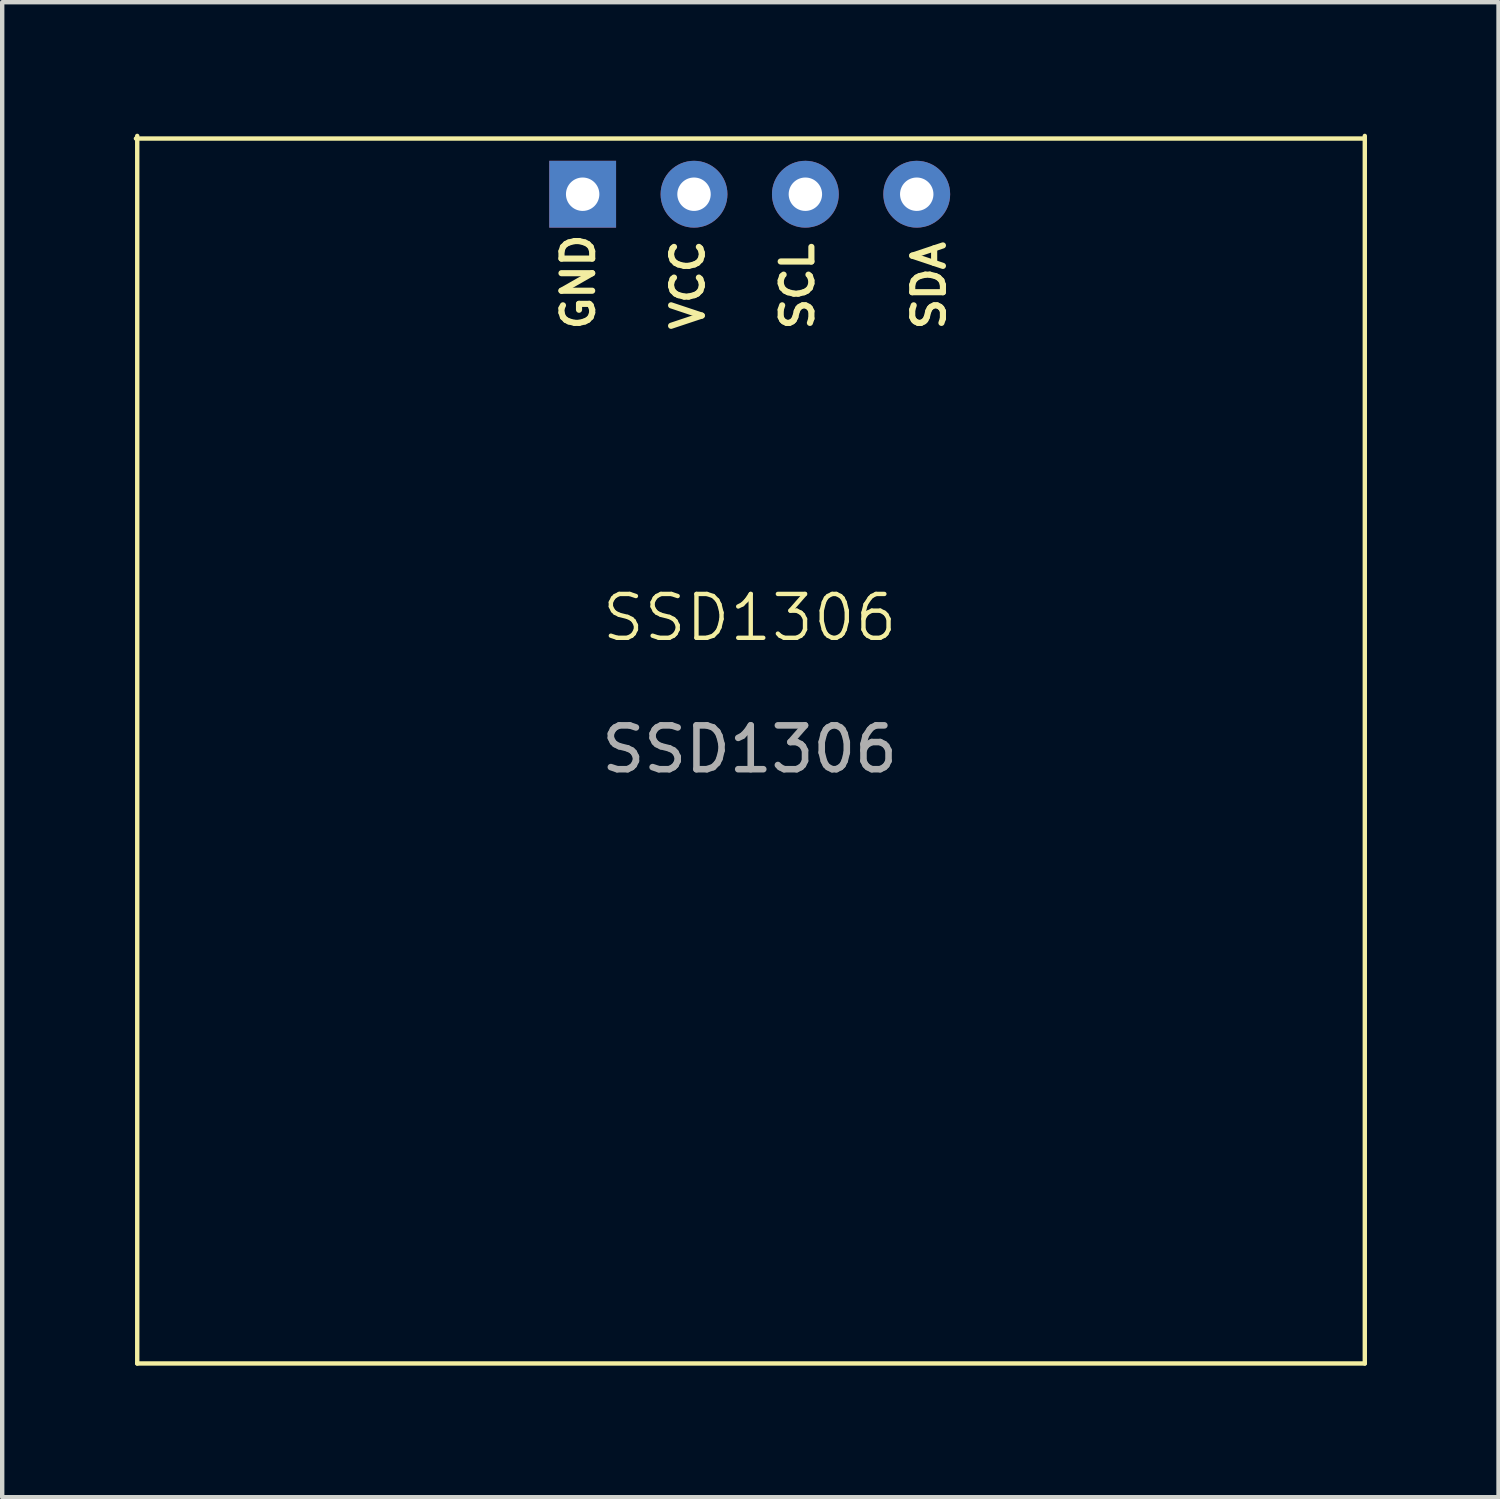
<source format=kicad_pcb>
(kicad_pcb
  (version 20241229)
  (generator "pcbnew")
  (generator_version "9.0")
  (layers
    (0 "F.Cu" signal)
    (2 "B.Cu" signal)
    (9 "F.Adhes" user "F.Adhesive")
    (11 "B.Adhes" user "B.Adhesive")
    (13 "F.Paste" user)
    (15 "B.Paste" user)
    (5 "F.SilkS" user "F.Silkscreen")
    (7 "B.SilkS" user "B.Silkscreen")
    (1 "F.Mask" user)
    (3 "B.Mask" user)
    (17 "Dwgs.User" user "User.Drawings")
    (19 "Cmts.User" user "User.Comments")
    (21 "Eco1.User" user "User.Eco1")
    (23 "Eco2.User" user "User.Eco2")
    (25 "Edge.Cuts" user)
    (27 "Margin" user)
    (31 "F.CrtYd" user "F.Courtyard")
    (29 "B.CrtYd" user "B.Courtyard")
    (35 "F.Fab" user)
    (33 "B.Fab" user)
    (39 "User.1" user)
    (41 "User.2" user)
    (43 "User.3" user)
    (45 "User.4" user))
  (footprint "SSD1306"
    (layer "F.Cu")
    (at 14.05 11.54)
    (property "Reference" "SSD1306" (at 0 -0.5 0) (unlocked yes) (layer "F.SilkS") (effects (font (size 1 1) (thickness 0.1))))
    (attr through_hole)
    (fp_line (start -14 -11.43) (end 14 -11.43) (stroke (width 0.1) (type default)) (layer "F.SilkS"))
    (fp_line (start -13.97 16.51) (end -13.97 -11.49) (stroke (width 0.1) (type default)) (layer "F.SilkS"))
    (fp_line (start 14.03 -11.49) (end 14.03 16.51) (stroke (width 0.1) (type default)) (layer "F.SilkS"))
    (fp_line (start 14.03 16.51) (end -13.97 16.51) (stroke (width 0.1) (type default)) (layer "F.SilkS"))
    (fp_text user "SCL" (at 1.5 -7 90) (unlocked yes) (layer "F.SilkS") (effects (font (size 0.7 0.7) (thickness 0.14) (bold yes)) (justify left bottom)))
    (fp_text user "SDA" (at 4.5 -7 90) (unlocked yes) (layer "F.SilkS") (effects (font (size 0.7 0.7) (thickness 0.14) (bold yes)) (justify left bottom)))
    (fp_text user "VCC" (at -1 -7 90) (unlocked yes) (layer "F.SilkS") (effects (font (size 0.7 0.7) (thickness 0.14) (bold yes)) (justify left bottom)))
    (fp_text user "GND" (at -3.5 -7 90) (unlocked yes) (layer "F.SilkS") (effects (font (size 0.7 0.7) (thickness 0.14) (bold yes)) (justify left bottom)))
    (fp_text user "${REFERENCE}" (at 0 2.5 0) (unlocked yes) (layer "F.Fab") (effects (font (size 1 1) (thickness 0.15))))
    (pad "1" thru_hole rect (at -3.81 -10.16) (size 1.524 1.524) (drill 0.762) (layers "*.Cu" "*.Mask"))
    (pad "2" thru_hole circle (at -1.27 -10.16) (size 1.524 1.524) (drill 0.762) (layers "*.Cu" "*.Mask"))
    (pad "3" thru_hole circle (at 1.27 -10.16) (size 1.524 1.524) (drill 0.762) (layers "*.Cu" "*.Mask"))
    (pad "4" thru_hole circle (at 3.81 -10.16) (size 1.524 1.524) (drill 0.762) (layers "*.Cu" "*.Mask"))
    (zone (net_name "") (layer "F.SilkS") (hatch edge 0.5) (connect_pads) (min_thickness 0.25) (filled_areas_thickness no) (keepout (tracks allowed) (vias allowed) (pads not_allowed) (copperpour allowed) (footprints not_allowed)) (placement (enabled no)) (fill) (polygon (pts (xy 0.08 0.05) (xy 28.08 0.05) (xy 28.08 28.05) (xy 0.08 28.05)))))
  (gr_rect
    (start -3 -3)
    (end 31.13 31.1)
    (stroke (width 0.1) (type default))
    (fill no)
    (layer "Edge.Cuts")))
</source>
